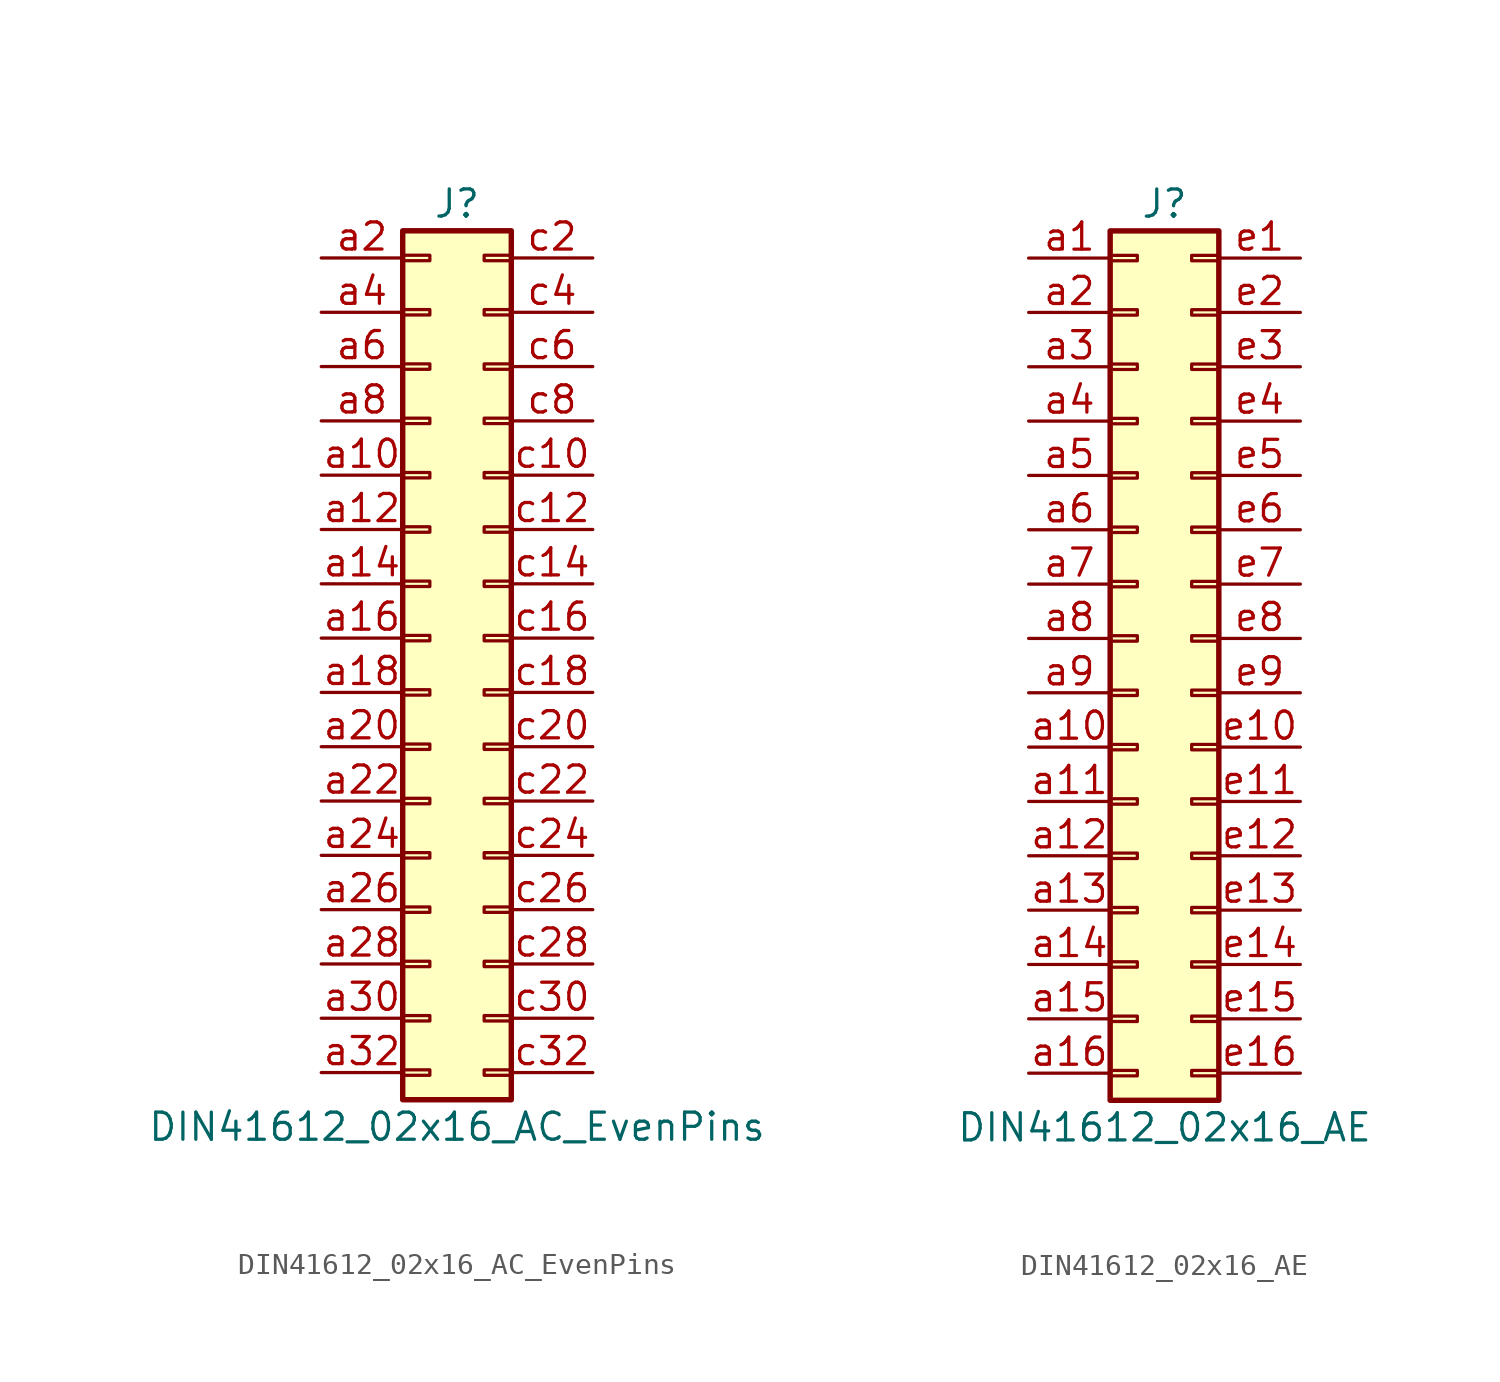
<source format=kicad_sym>
(kicad_symbol_lib
  (version 20220914)
  (generator kicad_symbol_editor)
  (symbol "DIN41612_02x16_AC_EvenPins"
    (pin_names
      (offset 1.016) hide)
    (property "Reference" "J"
      (at 1.27 20.32 0)
      (effects (font (size 1.27 1.27))))
    (property "Value" "DIN41612_02x16_AC_EvenPins"
      (at 1.27 -22.86 0)
      (effects (font (size 1.27 1.27))))
    (symbol "DIN41612_02x16_AC_EvenPins_1_1"
      (rectangle (start -1.27 -20.193) (end 0 -20.447) (stroke (width 0.152) (type solid)) (fill (type none)))
      (rectangle (start -1.27 -17.653) (end 0 -17.907) (stroke (width 0.152) (type solid)) (fill (type none)))
      (rectangle (start -1.27 -15.113) (end 0 -15.367) (stroke (width 0.152) (type solid)) (fill (type none)))
      (rectangle (start -1.27 -12.573) (end 0 -12.827) (stroke (width 0.152) (type solid)) (fill (type none)))
      (rectangle (start -1.27 -10.033) (end 0 -10.287) (stroke (width 0.152) (type solid)) (fill (type none)))
      (rectangle (start -1.27 -7.493) (end 0 -7.747) (stroke (width 0.152) (type solid)) (fill (type none)))
      (rectangle (start -1.27 -4.953) (end 0 -5.207) (stroke (width 0.152) (type solid)) (fill (type none)))
      (rectangle (start -1.27 -2.413) (end 0 -2.667) (stroke (width 0.152) (type solid)) (fill (type none)))
      (rectangle (start -1.27 0.127) (end 0 -0.127) (stroke (width 0.152) (type solid)) (fill (type none)))
      (rectangle (start -1.27 2.667) (end 0 2.413) (stroke (width 0.152) (type solid)) (fill (type none)))
      (rectangle (start -1.27 5.207) (end 0 4.953) (stroke (width 0.152) (type solid)) (fill (type none)))
      (rectangle (start -1.27 7.747) (end 0 7.493) (stroke (width 0.152) (type solid)) (fill (type none)))
      (rectangle (start -1.27 10.287) (end 0 10.033) (stroke (width 0.152) (type solid)) (fill (type none)))
      (rectangle (start -1.27 12.827) (end 0 12.573) (stroke (width 0.152) (type solid)) (fill (type none)))
      (rectangle (start -1.27 15.367) (end 0 15.113) (stroke (width 0.152) (type solid)) (fill (type none)))
      (rectangle (start -1.27 17.907) (end 0 17.653) (stroke (width 0.152) (type solid)) (fill (type none)))
      (rectangle (start -1.27 19.05) (end 3.81 -21.59) (stroke (width 0.254) (type solid)) (fill (type background)))
      (rectangle (start 3.81 -20.193) (end 2.54 -20.447) (stroke (width 0.152) (type solid)) (fill (type none)))
      (rectangle (start 3.81 -17.653) (end 2.54 -17.907) (stroke (width 0.152) (type solid)) (fill (type none)))
      (rectangle (start 3.81 -15.113) (end 2.54 -15.367) (stroke (width 0.152) (type solid)) (fill (type none)))
      (rectangle (start 3.81 -12.573) (end 2.54 -12.827) (stroke (width 0.152) (type solid)) (fill (type none)))
      (rectangle (start 3.81 -10.033) (end 2.54 -10.287) (stroke (width 0.152) (type solid)) (fill (type none)))
      (rectangle (start 3.81 -7.493) (end 2.54 -7.747) (stroke (width 0.152) (type solid)) (fill (type none)))
      (rectangle (start 3.81 -4.953) (end 2.54 -5.207) (stroke (width 0.152) (type solid)) (fill (type none)))
      (rectangle (start 3.81 -2.413) (end 2.54 -2.667) (stroke (width 0.152) (type solid)) (fill (type none)))
      (rectangle (start 3.81 0.127) (end 2.54 -0.127) (stroke (width 0.152) (type solid)) (fill (type none)))
      (rectangle (start 3.81 2.667) (end 2.54 2.413) (stroke (width 0.152) (type solid)) (fill (type none)))
      (rectangle (start 3.81 5.207) (end 2.54 4.953) (stroke (width 0.152) (type solid)) (fill (type none)))
      (rectangle (start 3.81 7.747) (end 2.54 7.493) (stroke (width 0.152) (type solid)) (fill (type none)))
      (rectangle (start 3.81 10.287) (end 2.54 10.033) (stroke (width 0.152) (type solid)) (fill (type none)))
      (rectangle (start 3.81 12.827) (end 2.54 12.573) (stroke (width 0.152) (type solid)) (fill (type none)))
      (rectangle (start 3.81 15.367) (end 2.54 15.113) (stroke (width 0.152) (type solid)) (fill (type none)))
      (rectangle (start 3.81 17.907) (end 2.54 17.653) (stroke (width 0.152) (type solid)) (fill (type none)))
      (pin passive line (at -5.08 7.62 0) (length 3.81) (name "Pin_a10" (effects (font (size 1.27 1.27)))) (number "a10" (effects (font (size 1.27 1.27)))))
      (pin passive line (at -5.08 5.08 0) (length 3.81) (name "Pin_a12" (effects (font (size 1.27 1.27)))) (number "a12" (effects (font (size 1.27 1.27)))))
      (pin passive line (at -5.08 2.54 0) (length 3.81) (name "Pin_a14" (effects (font (size 1.27 1.27)))) (number "a14" (effects (font (size 1.27 1.27)))))
      (pin passive line (at -5.08 0 0) (length 3.81) (name "Pin_a16" (effects (font (size 1.27 1.27)))) (number "a16" (effects (font (size 1.27 1.27)))))
      (pin passive line (at -5.08 -2.54 0) (length 3.81) (name "Pin_a18" (effects (font (size 1.27 1.27)))) (number "a18" (effects (font (size 1.27 1.27)))))
      (pin passive line (at -5.08 17.78 0) (length 3.81) (name "Pin_a2" (effects (font (size 1.27 1.27)))) (number "a2" (effects (font (size 1.27 1.27)))))
      (pin passive line (at -5.08 -5.08 0) (length 3.81) (name "Pin_a20" (effects (font (size 1.27 1.27)))) (number "a20" (effects (font (size 1.27 1.27)))))
      (pin passive line (at -5.08 -7.62 0) (length 3.81) (name "Pin_a22" (effects (font (size 1.27 1.27)))) (number "a22" (effects (font (size 1.27 1.27)))))
      (pin passive line (at -5.08 -10.16 0) (length 3.81) (name "Pin_a24" (effects (font (size 1.27 1.27)))) (number "a24" (effects (font (size 1.27 1.27)))))
      (pin passive line (at -5.08 -12.7 0) (length 3.81) (name "Pin_a26" (effects (font (size 1.27 1.27)))) (number "a26" (effects (font (size 1.27 1.27)))))
      (pin passive line (at -5.08 -15.24 0) (length 3.81) (name "Pin_a28" (effects (font (size 1.27 1.27)))) (number "a28" (effects (font (size 1.27 1.27)))))
      (pin passive line (at -5.08 -17.78 0) (length 3.81) (name "Pin_a30" (effects (font (size 1.27 1.27)))) (number "a30" (effects (font (size 1.27 1.27)))))
      (pin passive line (at -5.08 -20.32 0) (length 3.81) (name "Pin_a32" (effects (font (size 1.27 1.27)))) (number "a32" (effects (font (size 1.27 1.27)))))
      (pin passive line (at -5.08 15.24 0) (length 3.81) (name "Pin_a4" (effects (font (size 1.27 1.27)))) (number "a4" (effects (font (size 1.27 1.27)))))
      (pin passive line (at -5.08 12.7 0) (length 3.81) (name "Pin_a6" (effects (font (size 1.27 1.27)))) (number "a6" (effects (font (size 1.27 1.27)))))
      (pin passive line (at -5.08 10.16 0) (length 3.81) (name "Pin_a8" (effects (font (size 1.27 1.27)))) (number "a8" (effects (font (size 1.27 1.27)))))
      (pin passive line (at 7.62 7.62 180) (length 3.81) (name "Pin_c10" (effects (font (size 1.27 1.27)))) (number "c10" (effects (font (size 1.27 1.27)))))
      (pin passive line (at 7.62 5.08 180) (length 3.81) (name "Pin_c12" (effects (font (size 1.27 1.27)))) (number "c12" (effects (font (size 1.27 1.27)))))
      (pin passive line (at 7.62 2.54 180) (length 3.81) (name "Pin_c14" (effects (font (size 1.27 1.27)))) (number "c14" (effects (font (size 1.27 1.27)))))
      (pin passive line (at 7.62 0 180) (length 3.81) (name "Pin_c16" (effects (font (size 1.27 1.27)))) (number "c16" (effects (font (size 1.27 1.27)))))
      (pin passive line (at 7.62 -2.54 180) (length 3.81) (name "Pin_c18" (effects (font (size 1.27 1.27)))) (number "c18" (effects (font (size 1.27 1.27)))))
      (pin passive line (at 7.62 17.78 180) (length 3.81) (name "Pin_c2" (effects (font (size 1.27 1.27)))) (number "c2" (effects (font (size 1.27 1.27)))))
      (pin passive line (at 7.62 -5.08 180) (length 3.81) (name "Pin_c20" (effects (font (size 1.27 1.27)))) (number "c20" (effects (font (size 1.27 1.27)))))
      (pin passive line (at 7.62 -7.62 180) (length 3.81) (name "Pin_c22" (effects (font (size 1.27 1.27)))) (number "c22" (effects (font (size 1.27 1.27)))))
      (pin passive line (at 7.62 -10.16 180) (length 3.81) (name "Pin_c24" (effects (font (size 1.27 1.27)))) (number "c24" (effects (font (size 1.27 1.27)))))
      (pin passive line (at 7.62 -12.7 180) (length 3.81) (name "Pin_c26" (effects (font (size 1.27 1.27)))) (number "c26" (effects (font (size 1.27 1.27)))))
      (pin passive line (at 7.62 -15.24 180) (length 3.81) (name "Pin_c28" (effects (font (size 1.27 1.27)))) (number "c28" (effects (font (size 1.27 1.27)))))
      (pin passive line (at 7.62 -17.78 180) (length 3.81) (name "Pin_c30" (effects (font (size 1.27 1.27)))) (number "c30" (effects (font (size 1.27 1.27)))))
      (pin passive line (at 7.62 -20.32 180) (length 3.81) (name "Pin_c32" (effects (font (size 1.27 1.27)))) (number "c32" (effects (font (size 1.27 1.27)))))
      (pin passive line (at 7.62 15.24 180) (length 3.81) (name "Pin_c4" (effects (font (size 1.27 1.27)))) (number "c4" (effects (font (size 1.27 1.27)))))
      (pin passive line (at 7.62 12.7 180) (length 3.81) (name "Pin_c6" (effects (font (size 1.27 1.27)))) (number "c6" (effects (font (size 1.27 1.27)))))
      (pin passive line (at 7.62 10.16 180) (length 3.81) (name "Pin_c8" (effects (font (size 1.27 1.27)))) (number "c8" (effects (font (size 1.27 1.27)))))))
  (symbol "DIN41612_02x16_AE"
    (pin_names
      (offset 1.016) hide)
    (property "Reference" "J"
      (at 1.27 20.32 0)
      (effects (font (size 1.27 1.27))))
    (property "Value" "DIN41612_02x16_AE"
      (at 1.27 -22.86 0)
      (effects (font (size 1.27 1.27))))
    (symbol "DIN41612_02x16_AE_1_1"
      (rectangle (start -1.27 -20.193) (end 0 -20.447) (stroke (width 0.152) (type solid)) (fill (type none)))
      (rectangle (start -1.27 -17.653) (end 0 -17.907) (stroke (width 0.152) (type solid)) (fill (type none)))
      (rectangle (start -1.27 -15.113) (end 0 -15.367) (stroke (width 0.152) (type solid)) (fill (type none)))
      (rectangle (start -1.27 -12.573) (end 0 -12.827) (stroke (width 0.152) (type solid)) (fill (type none)))
      (rectangle (start -1.27 -10.033) (end 0 -10.287) (stroke (width 0.152) (type solid)) (fill (type none)))
      (rectangle (start -1.27 -7.493) (end 0 -7.747) (stroke (width 0.152) (type solid)) (fill (type none)))
      (rectangle (start -1.27 -4.953) (end 0 -5.207) (stroke (width 0.152) (type solid)) (fill (type none)))
      (rectangle (start -1.27 -2.413) (end 0 -2.667) (stroke (width 0.152) (type solid)) (fill (type none)))
      (rectangle (start -1.27 0.127) (end 0 -0.127) (stroke (width 0.152) (type solid)) (fill (type none)))
      (rectangle (start -1.27 2.667) (end 0 2.413) (stroke (width 0.152) (type solid)) (fill (type none)))
      (rectangle (start -1.27 5.207) (end 0 4.953) (stroke (width 0.152) (type solid)) (fill (type none)))
      (rectangle (start -1.27 7.747) (end 0 7.493) (stroke (width 0.152) (type solid)) (fill (type none)))
      (rectangle (start -1.27 10.287) (end 0 10.033) (stroke (width 0.152) (type solid)) (fill (type none)))
      (rectangle (start -1.27 12.827) (end 0 12.573) (stroke (width 0.152) (type solid)) (fill (type none)))
      (rectangle (start -1.27 15.367) (end 0 15.113) (stroke (width 0.152) (type solid)) (fill (type none)))
      (rectangle (start -1.27 17.907) (end 0 17.653) (stroke (width 0.152) (type solid)) (fill (type none)))
      (rectangle (start -1.27 19.05) (end 3.81 -21.59) (stroke (width 0.254) (type solid)) (fill (type background)))
      (rectangle (start 3.81 -20.193) (end 2.54 -20.447) (stroke (width 0.152) (type solid)) (fill (type none)))
      (rectangle (start 3.81 -17.653) (end 2.54 -17.907) (stroke (width 0.152) (type solid)) (fill (type none)))
      (rectangle (start 3.81 -15.113) (end 2.54 -15.367) (stroke (width 0.152) (type solid)) (fill (type none)))
      (rectangle (start 3.81 -12.573) (end 2.54 -12.827) (stroke (width 0.152) (type solid)) (fill (type none)))
      (rectangle (start 3.81 -10.033) (end 2.54 -10.287) (stroke (width 0.152) (type solid)) (fill (type none)))
      (rectangle (start 3.81 -7.493) (end 2.54 -7.747) (stroke (width 0.152) (type solid)) (fill (type none)))
      (rectangle (start 3.81 -4.953) (end 2.54 -5.207) (stroke (width 0.152) (type solid)) (fill (type none)))
      (rectangle (start 3.81 -2.413) (end 2.54 -2.667) (stroke (width 0.152) (type solid)) (fill (type none)))
      (rectangle (start 3.81 0.127) (end 2.54 -0.127) (stroke (width 0.152) (type solid)) (fill (type none)))
      (rectangle (start 3.81 2.667) (end 2.54 2.413) (stroke (width 0.152) (type solid)) (fill (type none)))
      (rectangle (start 3.81 5.207) (end 2.54 4.953) (stroke (width 0.152) (type solid)) (fill (type none)))
      (rectangle (start 3.81 7.747) (end 2.54 7.493) (stroke (width 0.152) (type solid)) (fill (type none)))
      (rectangle (start 3.81 10.287) (end 2.54 10.033) (stroke (width 0.152) (type solid)) (fill (type none)))
      (rectangle (start 3.81 12.827) (end 2.54 12.573) (stroke (width 0.152) (type solid)) (fill (type none)))
      (rectangle (start 3.81 15.367) (end 2.54 15.113) (stroke (width 0.152) (type solid)) (fill (type none)))
      (rectangle (start 3.81 17.907) (end 2.54 17.653) (stroke (width 0.152) (type solid)) (fill (type none)))
      (pin passive line (at -5.08 17.78 0) (length 3.81) (name "Pin_a1" (effects (font (size 1.27 1.27)))) (number "a1" (effects (font (size 1.27 1.27)))))
      (pin passive line (at -5.08 -5.08 0) (length 3.81) (name "Pin_a10" (effects (font (size 1.27 1.27)))) (number "a10" (effects (font (size 1.27 1.27)))))
      (pin passive line (at -5.08 -7.62 0) (length 3.81) (name "Pin_a11" (effects (font (size 1.27 1.27)))) (number "a11" (effects (font (size 1.27 1.27)))))
      (pin passive line (at -5.08 -10.16 0) (length 3.81) (name "Pin_a12" (effects (font (size 1.27 1.27)))) (number "a12" (effects (font (size 1.27 1.27)))))
      (pin passive line (at -5.08 -12.7 0) (length 3.81) (name "Pin_a13" (effects (font (size 1.27 1.27)))) (number "a13" (effects (font (size 1.27 1.27)))))
      (pin passive line (at -5.08 -15.24 0) (length 3.81) (name "Pin_a14" (effects (font (size 1.27 1.27)))) (number "a14" (effects (font (size 1.27 1.27)))))
      (pin passive line (at -5.08 -17.78 0) (length 3.81) (name "Pin_a15" (effects (font (size 1.27 1.27)))) (number "a15" (effects (font (size 1.27 1.27)))))
      (pin passive line (at -5.08 -20.32 0) (length 3.81) (name "Pin_a16" (effects (font (size 1.27 1.27)))) (number "a16" (effects (font (size 1.27 1.27)))))
      (pin passive line (at -5.08 15.24 0) (length 3.81) (name "Pin_a2" (effects (font (size 1.27 1.27)))) (number "a2" (effects (font (size 1.27 1.27)))))
      (pin passive line (at -5.08 12.7 0) (length 3.81) (name "Pin_a3" (effects (font (size 1.27 1.27)))) (number "a3" (effects (font (size 1.27 1.27)))))
      (pin passive line (at -5.08 10.16 0) (length 3.81) (name "Pin_a4" (effects (font (size 1.27 1.27)))) (number "a4" (effects (font (size 1.27 1.27)))))
      (pin passive line (at -5.08 7.62 0) (length 3.81) (name "Pin_a5" (effects (font (size 1.27 1.27)))) (number "a5" (effects (font (size 1.27 1.27)))))
      (pin passive line (at -5.08 5.08 0) (length 3.81) (name "Pin_a6" (effects (font (size 1.27 1.27)))) (number "a6" (effects (font (size 1.27 1.27)))))
      (pin passive line (at -5.08 2.54 0) (length 3.81) (name "Pin_a7" (effects (font (size 1.27 1.27)))) (number "a7" (effects (font (size 1.27 1.27)))))
      (pin passive line (at -5.08 0 0) (length 3.81) (name "Pin_a8" (effects (font (size 1.27 1.27)))) (number "a8" (effects (font (size 1.27 1.27)))))
      (pin passive line (at -5.08 -2.54 0) (length 3.81) (name "Pin_a9" (effects (font (size 1.27 1.27)))) (number "a9" (effects (font (size 1.27 1.27)))))
      (pin passive line (at 7.62 17.78 180) (length 3.81) (name "Pin_e1" (effects (font (size 1.27 1.27)))) (number "e1" (effects (font (size 1.27 1.27)))))
      (pin passive line (at 7.62 -5.08 180) (length 3.81) (name "Pin_e10" (effects (font (size 1.27 1.27)))) (number "e10" (effects (font (size 1.27 1.27)))))
      (pin passive line (at 7.62 -7.62 180) (length 3.81) (name "Pin_e11" (effects (font (size 1.27 1.27)))) (number "e11" (effects (font (size 1.27 1.27)))))
      (pin passive line (at 7.62 -10.16 180) (length 3.81) (name "Pin_e12" (effects (font (size 1.27 1.27)))) (number "e12" (effects (font (size 1.27 1.27)))))
      (pin passive line (at 7.62 -12.7 180) (length 3.81) (name "Pin_e13" (effects (font (size 1.27 1.27)))) (number "e13" (effects (font (size 1.27 1.27)))))
      (pin passive line (at 7.62 -15.24 180) (length 3.81) (name "Pin_e14" (effects (font (size 1.27 1.27)))) (number "e14" (effects (font (size 1.27 1.27)))))
      (pin passive line (at 7.62 -17.78 180) (length 3.81) (name "Pin_e15" (effects (font (size 1.27 1.27)))) (number "e15" (effects (font (size 1.27 1.27)))))
      (pin passive line (at 7.62 -20.32 180) (length 3.81) (name "Pin_e16" (effects (font (size 1.27 1.27)))) (number "e16" (effects (font (size 1.27 1.27)))))
      (pin passive line (at 7.62 15.24 180) (length 3.81) (name "Pin_e2" (effects (font (size 1.27 1.27)))) (number "e2" (effects (font (size 1.27 1.27)))))
      (pin passive line (at 7.62 12.7 180) (length 3.81) (name "Pin_e3" (effects (font (size 1.27 1.27)))) (number "e3" (effects (font (size 1.27 1.27)))))
      (pin passive line (at 7.62 10.16 180) (length 3.81) (name "Pin_e4" (effects (font (size 1.27 1.27)))) (number "e4" (effects (font (size 1.27 1.27)))))
      (pin passive line (at 7.62 7.62 180) (length 3.81) (name "Pin_e5" (effects (font (size 1.27 1.27)))) (number "e5" (effects (font (size 1.27 1.27)))))
      (pin passive line (at 7.62 5.08 180) (length 3.81) (name "Pin_e6" (effects (font (size 1.27 1.27)))) (number "e6" (effects (font (size 1.27 1.27)))))
      (pin passive line (at 7.62 2.54 180) (length 3.81) (name "Pin_e7" (effects (font (size 1.27 1.27)))) (number "e7" (effects (font (size 1.27 1.27)))))
      (pin passive line (at 7.62 0 180) (length 3.81) (name "Pin_e8" (effects (font (size 1.27 1.27)))) (number "e8" (effects (font (size 1.27 1.27)))))
      (pin passive line (at 7.62 -2.54 180) (length 3.81) (name "Pin_e9" (effects (font (size 1.27 1.27)))) (number "e9" (effects (font (size 1.27 1.27))))))))
</source>
